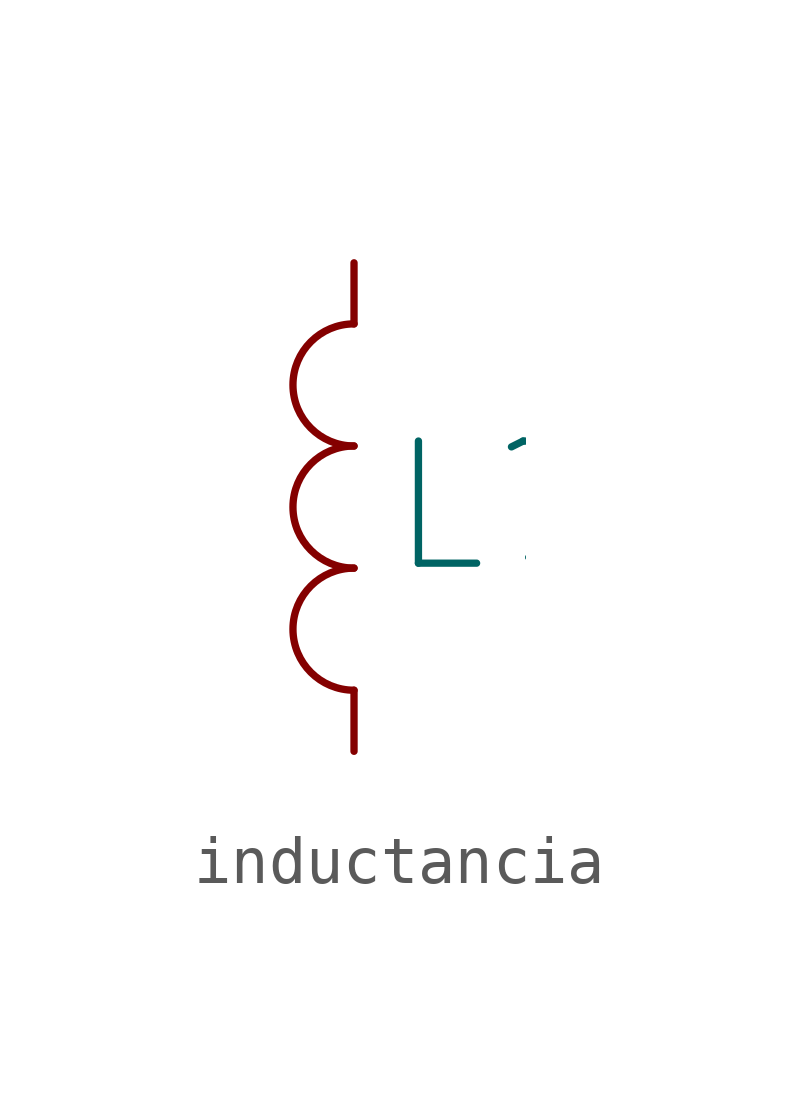
<source format=kicad_sym>
(kicad_symbol_lib
  (version 20211014)
  (generator kicad_symbol_editor)
  (symbol "inductancia"
    (pin_names
      (offset 1.016))
    (property "Reference" "L"
      (at 0.635 -5.08 0)
      (effects (font (size 2.54 2.54)) (justify left)))
    (symbol "inductancia_0_1"
      (arc (start 0 -6.35) (mid -1.27 -7.62) (end 0 -8.89) (stroke (width 0) (type default) (color 0 0 0 0)) (fill (type none)))
      (arc (start 0 -3.81) (mid -1.27 -5.08) (end 0 -6.35) (stroke (width 0) (type default) (color 0 0 0 0)) (fill (type none)))
      (arc (start 0 -1.27) (mid -1.27 -2.54) (end 0 -3.81) (stroke (width 0) (type default) (color 0 0 0 0)) (fill (type none))))
    (symbol "inductancia_1_1"
      (pin input line (at 0 -10.16 90) (length 1.27) (name "~" (effects (font (size 1.27 1.27)))) (number "~" (effects (font (size 1.143 1.143)))))
      (pin input line (at 0 0 270) (length 1.27) (name "~" (effects (font (size 1.27 1.27)))) (number "~" (effects (font (size 1.143 1.143))))))))
</source>
